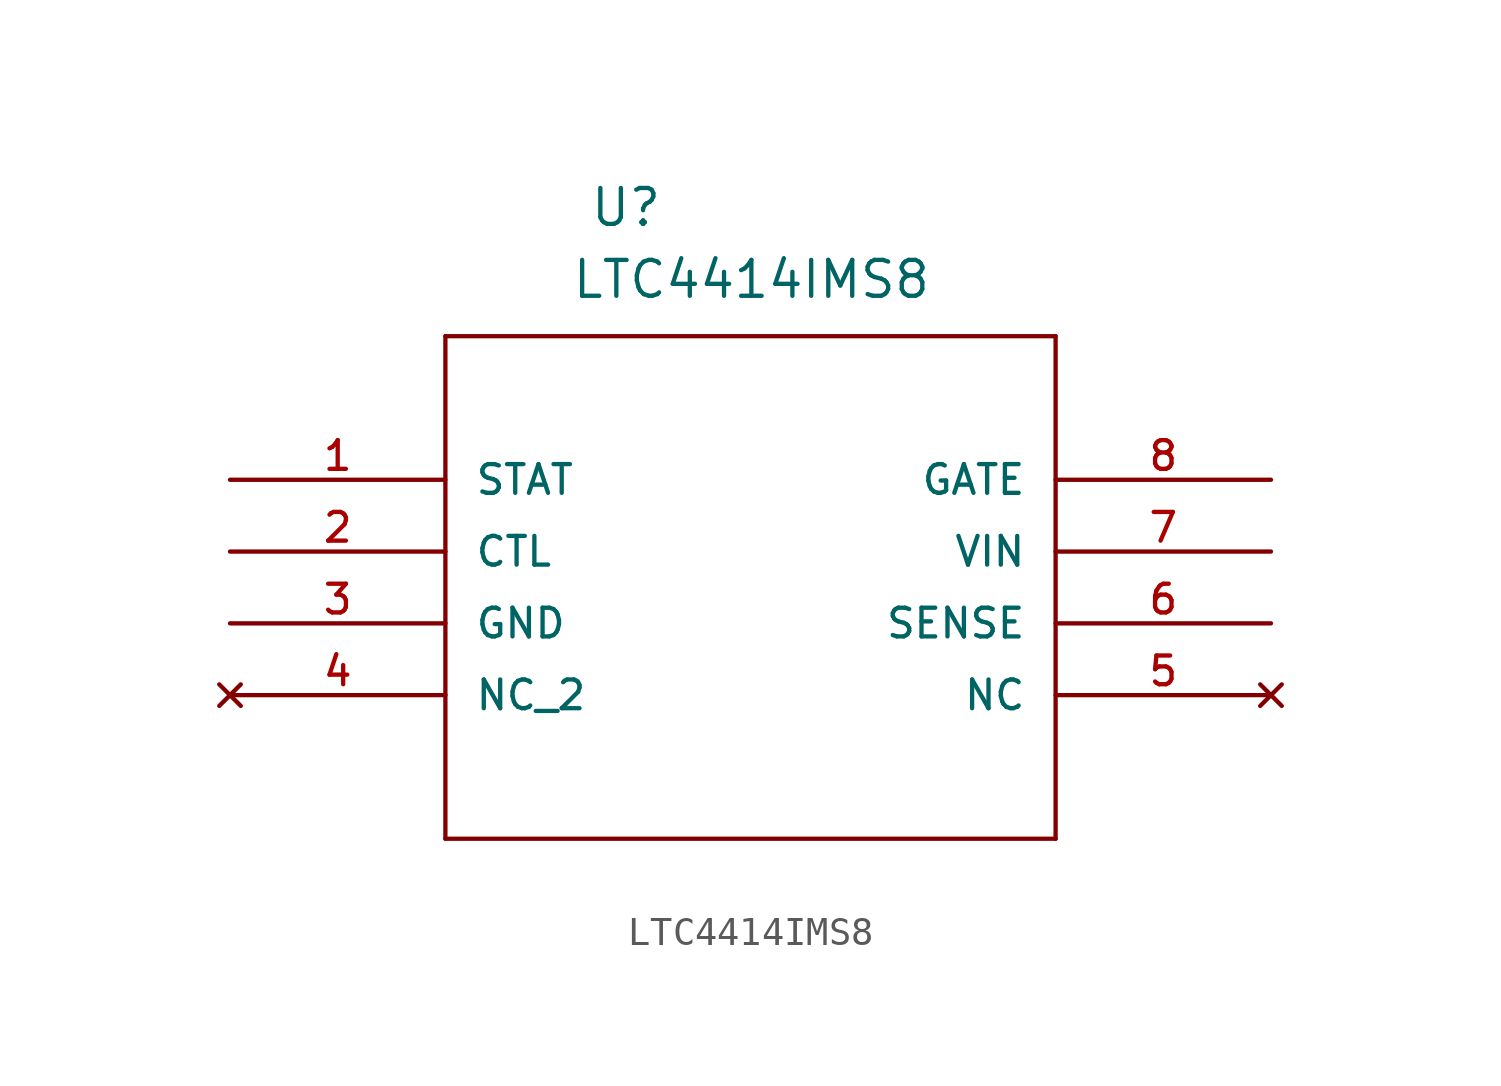
<source format=kicad_sym>
(kicad_symbol_lib
  (version 20241209)
  (generator "kicad_symbol_editor")
  (generator_version "9.0")
  (symbol "LTC4414IMS8"
    (pin_names
      (offset 1.016))
    (property "Reference" "U"
      (at 30.48 8.89 0)
      (effects (font (size 1.27 1.27)) (justify left bottom)))
    (property "Value" "LTC4414IMS8"
      (at 29.836 6.346 0)
      (effects (font (size 1.27 1.27)) (justify left bottom)))
    (symbol "LTC4414IMS8_0_0"
      (polyline (pts (xy 25.4 5.08) (xy 25.4 -12.7)) (stroke (width 0.152) (type default)) (fill (type none)))
      (polyline (pts (xy 25.4 -12.7) (xy 46.99 -12.7)) (stroke (width 0.152) (type default)) (fill (type none)))
      (polyline (pts (xy 46.99 5.08) (xy 25.4 5.08)) (stroke (width 0.152) (type default)) (fill (type none)))
      (polyline (pts (xy 46.99 -12.7) (xy 46.99 5.08)) (stroke (width 0.152) (type default)) (fill (type none)))
      (pin output line (at 17.78 0 0) (length 7.62) (name "STAT" (effects (font (size 1.016 1.016)))) (number "1" (effects (font (size 1.016 1.016)))))
      (pin input line (at 17.78 -2.54 0) (length 7.62) (name "CTL" (effects (font (size 1.016 1.016)))) (number "2" (effects (font (size 1.016 1.016)))))
      (pin power_in line (at 17.78 -5.08 0) (length 7.62) (name "GND" (effects (font (size 1.016 1.016)))) (number "3" (effects (font (size 1.016 1.016)))))
      (pin no_connect line (at 17.78 -7.62 0) (length 7.62) (name "NC_2" (effects (font (size 1.016 1.016)))) (number "4" (effects (font (size 1.016 1.016)))))
      (pin passive line (at 54.61 0 180) (length 7.62) (name "GATE" (effects (font (size 1.016 1.016)))) (number "8" (effects (font (size 1.016 1.016)))))
      (pin input line (at 54.61 -2.54 180) (length 7.62) (name "VIN" (effects (font (size 1.016 1.016)))) (number "7" (effects (font (size 1.016 1.016)))))
      (pin input line (at 54.61 -5.08 180) (length 7.62) (name "SENSE" (effects (font (size 1.016 1.016)))) (number "6" (effects (font (size 1.016 1.016)))))
      (pin no_connect line (at 54.61 -7.62 180) (length 7.62) (name "NC" (effects (font (size 1.016 1.016)))) (number "5" (effects (font (size 1.016 1.016))))))))
</source>
